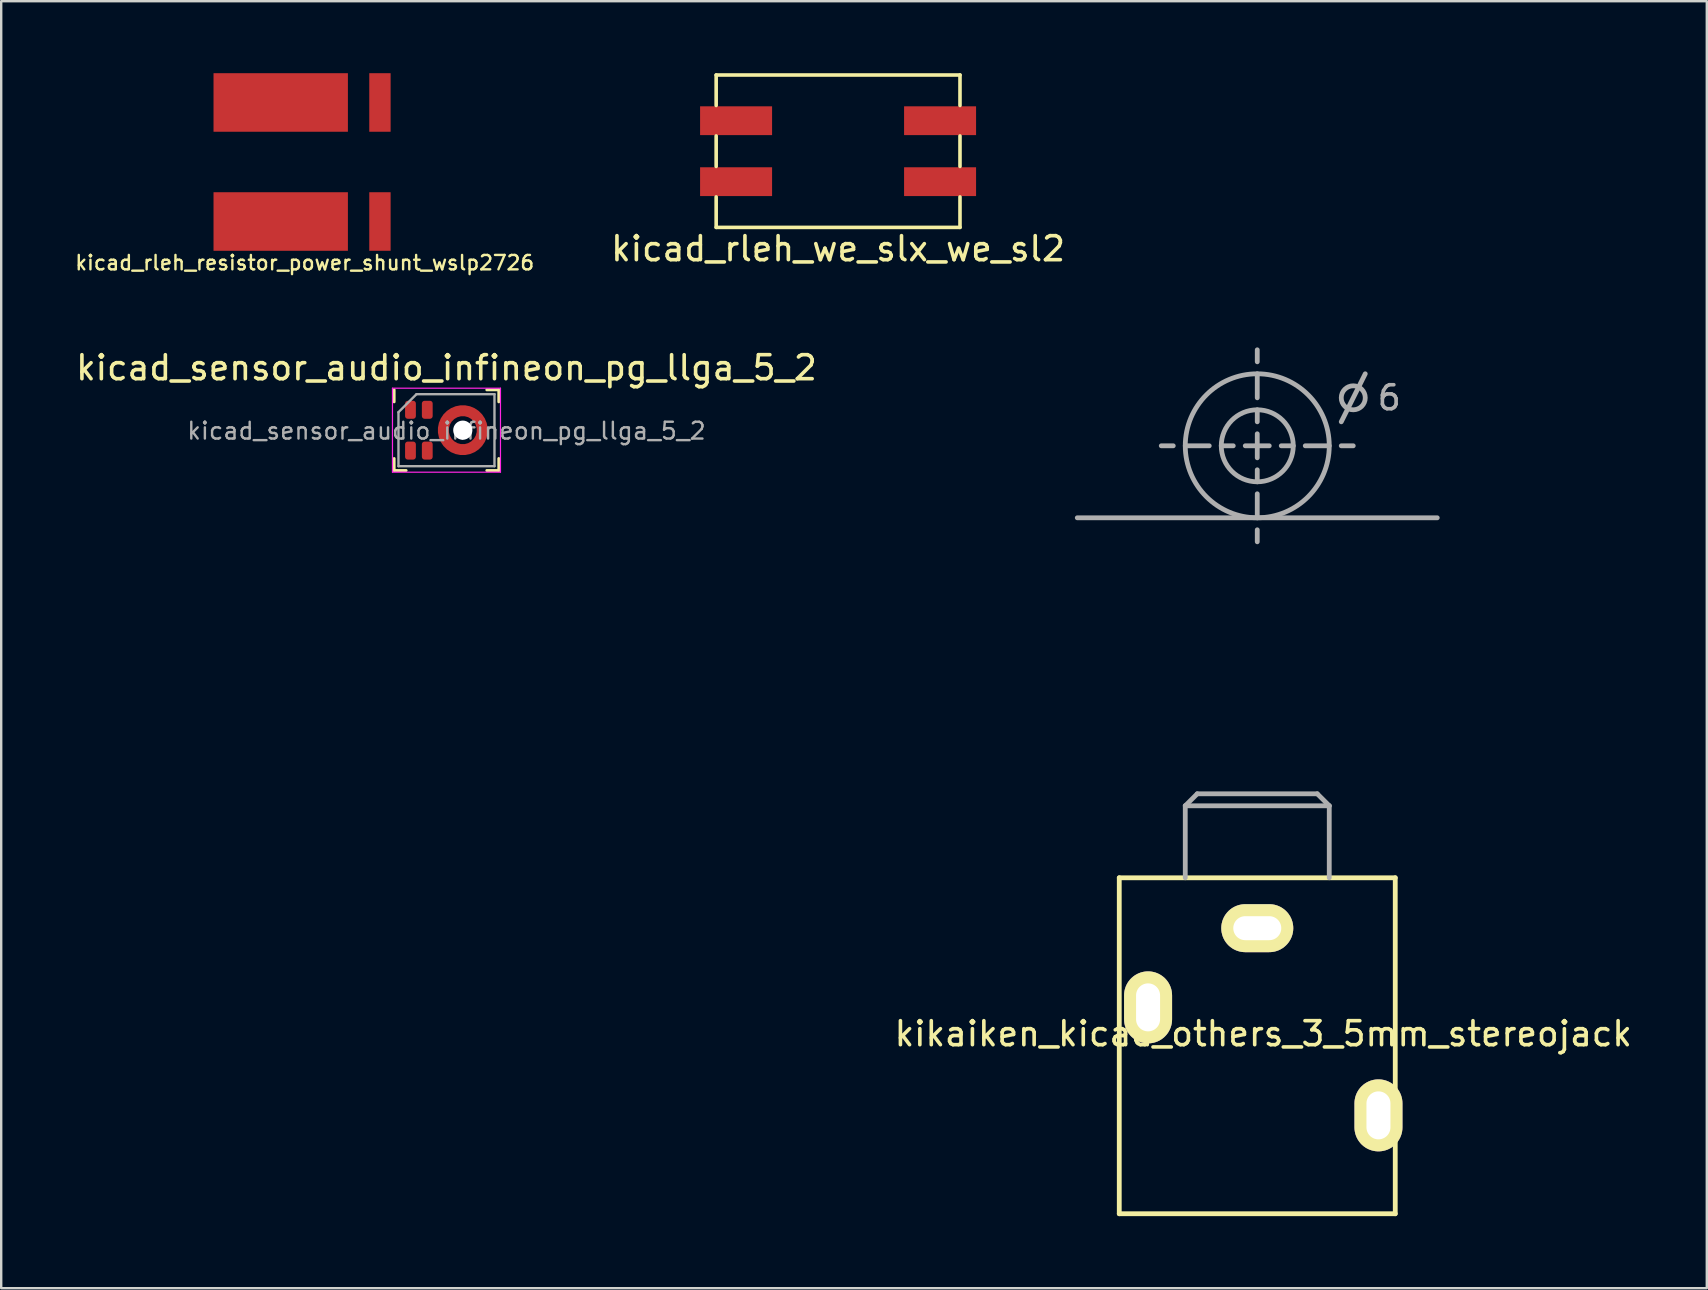
<source format=kicad_pcb>
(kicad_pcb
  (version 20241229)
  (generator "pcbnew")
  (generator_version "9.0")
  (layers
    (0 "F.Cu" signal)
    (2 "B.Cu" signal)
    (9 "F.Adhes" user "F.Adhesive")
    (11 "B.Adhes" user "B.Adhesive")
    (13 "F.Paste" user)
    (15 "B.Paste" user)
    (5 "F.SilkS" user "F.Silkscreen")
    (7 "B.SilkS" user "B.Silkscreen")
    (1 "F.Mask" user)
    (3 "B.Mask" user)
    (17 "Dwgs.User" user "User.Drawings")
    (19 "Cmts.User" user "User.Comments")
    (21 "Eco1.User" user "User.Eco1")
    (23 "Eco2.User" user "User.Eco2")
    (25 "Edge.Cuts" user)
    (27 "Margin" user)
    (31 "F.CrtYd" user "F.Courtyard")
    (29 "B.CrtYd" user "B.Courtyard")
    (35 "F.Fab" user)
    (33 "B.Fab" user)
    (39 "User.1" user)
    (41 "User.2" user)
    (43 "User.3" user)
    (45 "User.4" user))
  (footprint "kicad_rleh_we_slx_we_sl2"
    (layer "F.Cu")
    (at 31.872 3.25)
    (property "Reference" "kicad_rleh_we_slx_we_sl2" (at 0 4.064 0) (layer "F.SilkS") (effects (font (size 1 1) (thickness 0.15))))
    (attr through_hole)
    (fp_line (start -5.08 -3.175) (end -5.08 -1.905) (stroke (width 0.15) (type solid)) (layer "F.SilkS"))
    (fp_line (start -5.08 -3.175) (end 5.08 -3.175) (stroke (width 0.15) (type solid)) (layer "F.SilkS"))
    (fp_line (start -5.08 -0.635) (end -5.08 0.635) (stroke (width 0.15) (type solid)) (layer "F.SilkS"))
    (fp_line (start -5.08 1.905) (end -5.08 3.175) (stroke (width 0.15) (type solid)) (layer "F.SilkS"))
    (fp_line (start -5.08 3.175) (end 5.08 3.175) (stroke (width 0.15) (type solid)) (layer "F.SilkS"))
    (fp_line (start 5.08 -3.175) (end 5.08 -1.905) (stroke (width 0.15) (type solid)) (layer "F.SilkS"))
    (fp_line (start 5.08 -0.635) (end 5.08 0.635) (stroke (width 0.15) (type solid)) (layer "F.SilkS"))
    (fp_line (start 5.08 3.175) (end 5.08 1.905) (stroke (width 0.15) (type solid)) (layer "F.SilkS"))
    (pad "1" smd rect (at 4.25 -1.27) (size 3 1.2) (layers "F.Cu" "F.Mask" "F.Paste"))
    (pad "2" smd rect (at -4.25 -1.27) (size 3 1.2) (layers "F.Cu" "F.Mask" "F.Paste"))
    (pad "3" smd rect (at -4.25 1.27) (size 3 1.2) (layers "F.Cu" "F.Mask" "F.Paste"))
    (pad "4" smd rect (at 4.25 1.27) (size 3 1.2) (layers "F.Cu" "F.Mask" "F.Paste")))
  (footprint "kikaiken_kicad_others_3_5mm_stereojack"
    (layer "F.Cu")
    (at 49.339 33.526)
    (property "Reference" "kikaiken_kicad_others_3_5mm_stereojack" (at 0.25 6.5 0) (layer "F.SilkS") (effects (font (size 1 1) (thickness 0.15))))
    (attr through_hole)
    (fp_line (start -5.75 0) (end -5.75 14) (stroke (width 0.2) (type solid)) (layer "F.SilkS"))
    (fp_line (start -5.75 0) (end 5.75 0) (stroke (width 0.2) (type solid)) (layer "F.SilkS"))
    (fp_line (start -5.75 14) (end 5.75 14) (stroke (width 0.2) (type solid)) (layer "F.SilkS"))
    (fp_line (start 5.75 14) (end 5.75 0) (stroke (width 0.2) (type solid)) (layer "F.SilkS"))
    (fp_line (start -7.5 -15) (end 7.5 -15) (stroke (width 0.2) (type solid)) (layer "F.Fab"))
    (fp_line (start -3.5 -18) (end -4 -18) (stroke (width 0.2) (type solid)) (layer "F.Fab"))
    (fp_line (start -3 -3) (end -2.5 -3.5) (stroke (width 0.2) (type solid)) (layer "F.Fab"))
    (fp_line (start -3 0) (end -3 -3) (stroke (width 0.2) (type solid)) (layer "F.Fab"))
    (fp_line (start -2.5 -3.5) (end 2.5 -3.5) (stroke (width 0.2) (type solid)) (layer "F.Fab"))
    (fp_line (start -2 -18) (end -3 -18) (stroke (width 0.2) (type solid)) (layer "F.Fab"))
    (fp_line (start -1 -18) (end -1.5 -18) (stroke (width 0.2) (type solid)) (layer "F.Fab"))
    (fp_line (start 0 -21.5) (end 0 -22) (stroke (width 0.2) (type solid)) (layer "F.Fab"))
    (fp_line (start 0 -20) (end 0 -21) (stroke (width 0.2) (type solid)) (layer "F.Fab"))
    (fp_line (start 0 -19) (end 0 -19.5) (stroke (width 0.2) (type solid)) (layer "F.Fab"))
    (fp_line (start 0 -18.5) (end 0 -17.5) (stroke (width 0.2) (type solid)) (layer "F.Fab"))
    (fp_line (start 0 -17) (end 0 -16.5) (stroke (width 0.2) (type solid)) (layer "F.Fab"))
    (fp_line (start 0 -16) (end 0 -15) (stroke (width 0.2) (type solid)) (layer "F.Fab"))
    (fp_line (start 0 -14.5) (end 0 -14) (stroke (width 0.2) (type solid)) (layer "F.Fab"))
    (fp_line (start 0.5 -18) (end -0.5 -18) (stroke (width 0.2) (type solid)) (layer "F.Fab"))
    (fp_line (start 1 -18) (end 1.5 -18) (stroke (width 0.2) (type solid)) (layer "F.Fab"))
    (fp_line (start 2 -18) (end 3 -18) (stroke (width 0.2) (type solid)) (layer "F.Fab"))
    (fp_line (start 2.5 -3.5) (end 3 -3) (stroke (width 0.2) (type solid)) (layer "F.Fab"))
    (fp_line (start 3 -3) (end -3 -3) (stroke (width 0.2) (type solid)) (layer "F.Fab"))
    (fp_line (start 3 0) (end 3 -3) (stroke (width 0.2) (type solid)) (layer "F.Fab"))
    (fp_line (start 3.5 -19) (end 4.5 -21) (stroke (width 0.2) (type solid)) (layer "F.Fab"))
    (fp_line (start 3.5 -18) (end 4 -18) (stroke (width 0.2) (type solid)) (layer "F.Fab"))
    (fp_circle (center 0 -18) (end 0 -16.5) (stroke (width 0.2) (type solid)) (fill no) (layer "F.Fab"))
    (fp_circle (center 0 -18) (end 0 -15) (stroke (width 0.2) (type solid)) (fill no) (layer "F.Fab"))
    (fp_circle (center 4 -20) (end 4.5 -20) (stroke (width 0.2) (type solid)) (fill no) (layer "F.Fab"))
    (fp_text user "6" (at 5.5 -20 0) (layer "F.Fab") (effects (font (size 1 1) (thickness 0.15))))
    (pad "1" thru_hole oval (at 0 2.1) (size 3 2) (drill oval 2 1) (layers "*.Cu" "*.Mask" "F.SilkS"))
    (pad "2" thru_hole oval (at -4.55 5.4) (size 2 3) (drill oval 1 2) (layers "*.Cu" "*.Mask" "F.SilkS"))
    (pad "3" thru_hole oval (at 5.05 9.9) (size 2 3) (drill oval 1 2) (layers "*.Cu" "*.Mask" "F.SilkS")))
  (footprint "kicad_sensor_audio_infineon_pg_llga_5_2"
    (layer "F.Cu")
    (at 15.554 14.875)
    (property "Reference" "kicad_sensor_audio_infineon_pg_llga_5_2" (at 0 -2.6 0) (layer "F.SilkS") (effects (font (size 1 1) (thickness 0.15))))
    (attr smd)
    (fp_line (start -2.18 -1.18) (end -2.18 -1.68) (stroke (width 0.12) (type solid)) (layer "F.SilkS"))
    (fp_line (start -2.18 1.68) (end -2.18 1.18) (stroke (width 0.12) (type solid)) (layer "F.SilkS"))
    (fp_line (start -2.18 1.68) (end -1.68 1.68) (stroke (width 0.12) (type solid)) (layer "F.SilkS"))
    (fp_line (start 1.68 -1.68) (end 2.18 -1.68) (stroke (width 0.12) (type solid)) (layer "F.SilkS"))
    (fp_line (start 1.68 1.68) (end 2.18 1.68) (stroke (width 0.12) (type solid)) (layer "F.SilkS"))
    (fp_line (start 2.18 -1.68) (end 2.18 -1.18) (stroke (width 0.12) (type solid)) (layer "F.SilkS"))
    (fp_line (start 2.18 1.18) (end 2.18 1.68) (stroke (width 0.12) (type solid)) (layer "F.SilkS"))
    (fp_line (start -1.5 -0.75) (end -1.5 -0.95) (stroke (width 0.4) (type default)) (layer "F.Paste"))
    (fp_line (start -1.5 0.95) (end -1.5 0.75) (stroke (width 0.4) (type default)) (layer "F.Paste"))
    (fp_line (start -0.8 -0.75) (end -0.8 -0.95) (stroke (width 0.4) (type default)) (layer "F.Paste"))
    (fp_line (start -0.8 0.95) (end -0.8 0.75) (stroke (width 0.4) (type default)) (layer "F.Paste"))
    (fp_arc (start -0.103446 0.161902) (mid -0.12 0) (end -0.103446 -0.161902) (stroke (width 0.4) (type solid)) (layer "F.Paste"))
    (fp_arc (start 0.148065 -0.597533) (mid 0.28 -0.692821) (end 0.428489 -0.759435) (stroke (width 0.4) (type solid)) (layer "F.Paste"))
    (fp_arc (start 0.428489 0.759435) (mid 0.28 0.69282) (end 0.148065 0.597533) (stroke (width 0.4) (type solid)) (layer "F.Paste"))
    (fp_arc (start 0.931511 -0.759435) (mid 1.08 -0.69282) (end 1.211935 -0.597533) (stroke (width 0.4) (type solid)) (layer "F.Paste"))
    (fp_arc (start 1.211935 0.597533) (mid 1.08 0.69282) (end 0.931511 0.759435) (stroke (width 0.4) (type solid)) (layer "F.Paste"))
    (fp_arc (start 1.463446 -0.161902) (mid 1.48 0) (end 1.463446 0.161902) (stroke (width 0.4) (type solid)) (layer "F.Paste"))
    (fp_line (start -2.25 -1.75) (end 2.25 -1.75) (stroke (width 0.05) (type solid)) (layer "F.CrtYd"))
    (fp_line (start -2.25 1.75) (end -2.25 -1.75) (stroke (width 0.05) (type solid)) (layer "F.CrtYd"))
    (fp_line (start 2.25 -1.75) (end 2.25 1.75) (stroke (width 0.05) (type solid)) (layer "F.CrtYd"))
    (fp_line (start 2.25 1.75) (end -2.25 1.75) (stroke (width 0.05) (type solid)) (layer "F.CrtYd"))
    (fp_line (start -2 -0.75) (end -1.25 -1.5) (stroke (width 0.1) (type solid)) (layer "F.Fab"))
    (fp_line (start -2 1.5) (end -2 -0.75) (stroke (width 0.1) (type solid)) (layer "F.Fab"))
    (fp_line (start -2 1.5) (end 2 1.5) (stroke (width 0.1) (type solid)) (layer "F.Fab"))
    (fp_line (start 2 -1.5) (end -1.25 -1.5) (stroke (width 0.1) (type solid)) (layer "F.Fab"))
    (fp_line (start 2 1.5) (end 2 -1.5) (stroke (width 0.1) (type solid)) (layer "F.Fab"))
    (fp_text user "${REFERENCE}" (at 0 0.03 0) (layer "F.Fab") (effects (font (size 0.7 0.7) (thickness 0.1))))
    (pad "" np_thru_hole circle (at 0.68 0 90) (size 0.8 0.8) (drill 0.8) (layers "*.Cu" "*.Mask"))
    (pad "1" smd roundrect (at -1.5 -0.85 270) (size 0.75 0.45) (layers "F.Cu" "F.Mask") (roundrect_rratio 0.25))
    (pad "2" smd roundrect (at -0.8 -0.85 270) (size 0.75 0.45) (layers "F.Cu" "F.Mask") (roundrect_rratio 0.25))
    (pad "3" smd roundrect (at -1.5 0.85 270) (size 0.75 0.45) (layers "F.Cu" "F.Mask") (roundrect_rratio 0.25))
    (pad "4" smd roundrect (at -0.8 0.85 270) (size 0.75 0.45) (layers "F.Cu" "F.Mask") (roundrect_rratio 0.25))
    (pad "5" smd custom (at -0.13 0 270) (size 0.46 0.46) (layers "F.Cu" "F.Mask") (options (anchor circle)) (primitives (gr_circle (center 0 -0.81) (end 0.81 -0.81) (width 0.46) (fill no)))))
  (footprint "kicad_rleh_resistor_power_shunt_wslp2726"
    (layer "F.Cu")
    (at 8.647 3.7)
    (property "Reference" "kicad_rleh_resistor_power_shunt_wslp2726" (at 1 4.2 0) (layer "F.SilkS") (effects (font (size 0.6 0.6) (thickness 0.1))))
    (attr through_hole)
    (pad "1" smd rect (at 0 -2.48) (size 5.6 2.44) (layers "F.Cu" "F.Mask" "F.Paste"))
    (pad "1" smd rect (at 4.135 -2.48) (size 0.89 2.44) (layers "F.Cu" "F.Mask" "F.Paste"))
    (pad "2" smd rect (at 0 2.48) (size 5.6 2.44) (layers "F.Cu" "F.Mask" "F.Paste"))
    (pad "2" smd rect (at 4.135 2.48) (size 0.89 2.44) (layers "F.Cu" "F.Mask" "F.Paste")))
  (gr_rect
    (start -3 -3)
    (end 68.071 50.627)
    (stroke (width 0.1) (type default))
    (fill no)
    (layer "Edge.Cuts")))
</source>
